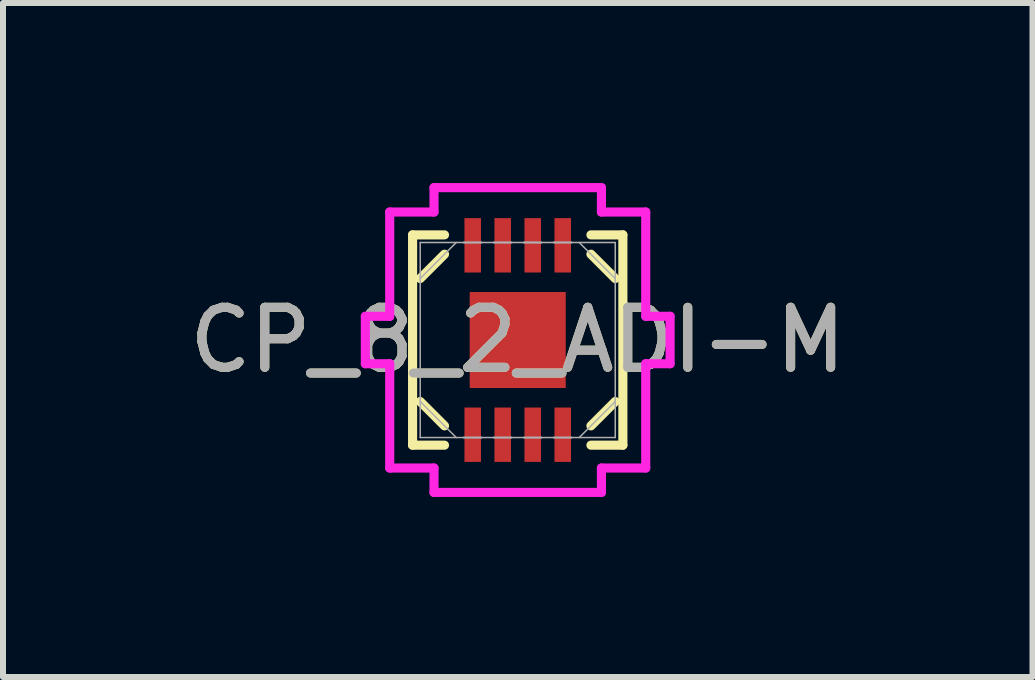
<source format=kicad_pcb>
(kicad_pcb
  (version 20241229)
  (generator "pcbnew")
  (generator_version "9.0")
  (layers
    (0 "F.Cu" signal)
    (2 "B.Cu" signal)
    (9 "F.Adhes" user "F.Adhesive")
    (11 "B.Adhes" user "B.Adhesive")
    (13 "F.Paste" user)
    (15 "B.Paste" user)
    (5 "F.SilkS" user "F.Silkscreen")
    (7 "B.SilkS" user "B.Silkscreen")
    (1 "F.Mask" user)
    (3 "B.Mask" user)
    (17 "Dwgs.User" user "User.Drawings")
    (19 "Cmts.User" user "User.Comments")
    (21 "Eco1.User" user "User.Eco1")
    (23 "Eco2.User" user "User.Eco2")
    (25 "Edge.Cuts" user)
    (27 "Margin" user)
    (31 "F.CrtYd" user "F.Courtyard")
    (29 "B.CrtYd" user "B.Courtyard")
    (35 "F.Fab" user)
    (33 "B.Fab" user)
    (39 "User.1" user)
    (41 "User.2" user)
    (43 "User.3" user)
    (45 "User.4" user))
  (footprint "CP_8_2_ADI-M"
    (layer "F.Cu")
    (at 5.577 2.616)
    (property "Reference" "CP_8_2_ADI-M" (at 0 0 0) (unlocked yes) (layer "F.SilkS") (effects (font (size 1 1) (thickness 0.15))))
    (attr smd)
    (fp_line (start -1.752 -1.752) (end -1.752 1.752) (stroke (width 0.152) (type solid)) (layer "F.SilkS"))
    (fp_line (start -1.752 1.752) (end -1.22 1.752) (stroke (width 0.152) (type solid)) (layer "F.SilkS"))
    (fp_line (start -1.625 -1.025) (end -1.22 -1.43) (stroke (width 0.152) (type solid)) (layer "F.SilkS"))
    (fp_line (start -1.22 -1.752) (end -1.752 -1.752) (stroke (width 0.152) (type solid)) (layer "F.SilkS"))
    (fp_line (start -1.22 1.43) (end -1.625 1.025) (stroke (width 0.152) (type solid)) (layer "F.SilkS"))
    (fp_line (start 1.22 -1.43) (end 1.625 -1.025) (stroke (width 0.152) (type solid)) (layer "F.SilkS"))
    (fp_line (start 1.22 1.43) (end 1.625 1.025) (stroke (width 0.152) (type solid)) (layer "F.SilkS"))
    (fp_line (start 1.22 1.752) (end 1.752 1.752) (stroke (width 0.152) (type solid)) (layer "F.SilkS"))
    (fp_line (start 1.752 -1.752) (end 1.22 -1.752) (stroke (width 0.152) (type solid)) (layer "F.SilkS"))
    (fp_line (start 1.752 1.752) (end 1.752 -1.752) (stroke (width 0.152) (type solid)) (layer "F.SilkS"))
    (fp_line (start -2.539 -0.395) (end -2.133 -0.395) (stroke (width 0.152) (type solid)) (layer "F.CrtYd"))
    (fp_line (start -2.539 0.395) (end -2.539 -0.395) (stroke (width 0.152) (type solid)) (layer "F.CrtYd"))
    (fp_line (start -2.133 -2.133) (end -1.395 -2.133) (stroke (width 0.152) (type solid)) (layer "F.CrtYd"))
    (fp_line (start -2.133 -0.395) (end -2.133 -2.133) (stroke (width 0.152) (type solid)) (layer "F.CrtYd"))
    (fp_line (start -2.133 0.395) (end -2.539 0.395) (stroke (width 0.152) (type solid)) (layer "F.CrtYd"))
    (fp_line (start -2.133 2.133) (end -2.133 0.395) (stroke (width 0.152) (type solid)) (layer "F.CrtYd"))
    (fp_line (start -1.395 -2.539) (end 1.395 -2.539) (stroke (width 0.152) (type solid)) (layer "F.CrtYd"))
    (fp_line (start -1.395 -2.133) (end -1.395 -2.539) (stroke (width 0.152) (type solid)) (layer "F.CrtYd"))
    (fp_line (start -1.395 2.133) (end -2.133 2.133) (stroke (width 0.152) (type solid)) (layer "F.CrtYd"))
    (fp_line (start -1.395 2.539) (end -1.395 2.133) (stroke (width 0.152) (type solid)) (layer "F.CrtYd"))
    (fp_line (start 1.395 -2.539) (end 1.395 -2.133) (stroke (width 0.152) (type solid)) (layer "F.CrtYd"))
    (fp_line (start 1.395 -2.133) (end 2.133 -2.133) (stroke (width 0.152) (type solid)) (layer "F.CrtYd"))
    (fp_line (start 1.395 2.133) (end 1.395 2.539) (stroke (width 0.152) (type solid)) (layer "F.CrtYd"))
    (fp_line (start 1.395 2.539) (end -1.395 2.539) (stroke (width 0.152) (type solid)) (layer "F.CrtYd"))
    (fp_line (start 2.133 -2.133) (end 2.133 -0.395) (stroke (width 0.152) (type solid)) (layer "F.CrtYd"))
    (fp_line (start 2.133 -0.395) (end 2.539 -0.395) (stroke (width 0.152) (type solid)) (layer "F.CrtYd"))
    (fp_line (start 2.133 0.395) (end 2.133 2.133) (stroke (width 0.152) (type solid)) (layer "F.CrtYd"))
    (fp_line (start 2.133 2.133) (end 1.395 2.133) (stroke (width 0.152) (type solid)) (layer "F.CrtYd"))
    (fp_line (start 2.539 -0.395) (end 2.539 0.395) (stroke (width 0.152) (type solid)) (layer "F.CrtYd"))
    (fp_line (start 2.539 0.395) (end 2.133 0.395) (stroke (width 0.152) (type solid)) (layer "F.CrtYd"))
    (fp_line (start -1.625 -1.625) (end -1.625 1.625) (stroke (width 0.025) (type solid)) (layer "F.Fab"))
    (fp_line (start -1.625 -1.025) (end -1.025 -1.625) (stroke (width 0.025) (type solid)) (layer "F.Fab"))
    (fp_line (start -1.625 1.625) (end 1.625 1.625) (stroke (width 0.025) (type solid)) (layer "F.Fab"))
    (fp_line (start -1.025 1.625) (end -1.625 1.025) (stroke (width 0.025) (type solid)) (layer "F.Fab"))
    (fp_line (start -0.9 -1.625) (end -0.9 -1.625) (stroke (width 0.025) (type solid)) (layer "F.Fab"))
    (fp_line (start -0.9 -1.625) (end -0.6 -1.625) (stroke (width 0.025) (type solid)) (layer "F.Fab"))
    (fp_line (start -0.9 1.625) (end -0.9 1.625) (stroke (width 0.025) (type solid)) (layer "F.Fab"))
    (fp_line (start -0.9 1.625) (end -0.6 1.625) (stroke (width 0.025) (type solid)) (layer "F.Fab"))
    (fp_line (start -0.6 -1.625) (end -0.9 -1.625) (stroke (width 0.025) (type solid)) (layer "F.Fab"))
    (fp_line (start -0.6 -1.625) (end -0.6 -1.625) (stroke (width 0.025) (type solid)) (layer "F.Fab"))
    (fp_line (start -0.6 1.625) (end -0.9 1.625) (stroke (width 0.025) (type solid)) (layer "F.Fab"))
    (fp_line (start -0.6 1.625) (end -0.6 1.625) (stroke (width 0.025) (type solid)) (layer "F.Fab"))
    (fp_line (start -0.4 -1.625) (end -0.4 -1.625) (stroke (width 0.025) (type solid)) (layer "F.Fab"))
    (fp_line (start -0.4 -1.625) (end -0.1 -1.625) (stroke (width 0.025) (type solid)) (layer "F.Fab"))
    (fp_line (start -0.4 1.625) (end -0.4 1.625) (stroke (width 0.025) (type solid)) (layer "F.Fab"))
    (fp_line (start -0.4 1.625) (end -0.1 1.625) (stroke (width 0.025) (type solid)) (layer "F.Fab"))
    (fp_line (start -0.1 -1.625) (end -0.4 -1.625) (stroke (width 0.025) (type solid)) (layer "F.Fab"))
    (fp_line (start -0.1 -1.625) (end -0.1 -1.625) (stroke (width 0.025) (type solid)) (layer "F.Fab"))
    (fp_line (start -0.1 1.625) (end -0.4 1.625) (stroke (width 0.025) (type solid)) (layer "F.Fab"))
    (fp_line (start -0.1 1.625) (end -0.1 1.625) (stroke (width 0.025) (type solid)) (layer "F.Fab"))
    (fp_line (start 0.1 -1.625) (end 0.1 -1.625) (stroke (width 0.025) (type solid)) (layer "F.Fab"))
    (fp_line (start 0.1 -1.625) (end 0.4 -1.625) (stroke (width 0.025) (type solid)) (layer "F.Fab"))
    (fp_line (start 0.1 1.625) (end 0.1 1.625) (stroke (width 0.025) (type solid)) (layer "F.Fab"))
    (fp_line (start 0.1 1.625) (end 0.4 1.625) (stroke (width 0.025) (type solid)) (layer "F.Fab"))
    (fp_line (start 0.4 -1.625) (end 0.1 -1.625) (stroke (width 0.025) (type solid)) (layer "F.Fab"))
    (fp_line (start 0.4 -1.625) (end 0.4 -1.625) (stroke (width 0.025) (type solid)) (layer "F.Fab"))
    (fp_line (start 0.4 1.625) (end 0.1 1.625) (stroke (width 0.025) (type solid)) (layer "F.Fab"))
    (fp_line (start 0.4 1.625) (end 0.4 1.625) (stroke (width 0.025) (type solid)) (layer "F.Fab"))
    (fp_line (start 0.6 -1.625) (end 0.6 -1.625) (stroke (width 0.025) (type solid)) (layer "F.Fab"))
    (fp_line (start 0.6 -1.625) (end 0.9 -1.625) (stroke (width 0.025) (type solid)) (layer "F.Fab"))
    (fp_line (start 0.6 1.625) (end 0.6 1.625) (stroke (width 0.025) (type solid)) (layer "F.Fab"))
    (fp_line (start 0.6 1.625) (end 0.9 1.625) (stroke (width 0.025) (type solid)) (layer "F.Fab"))
    (fp_line (start 0.9 -1.625) (end 0.6 -1.625) (stroke (width 0.025) (type solid)) (layer "F.Fab"))
    (fp_line (start 0.9 -1.625) (end 0.9 -1.625) (stroke (width 0.025) (type solid)) (layer "F.Fab"))
    (fp_line (start 0.9 1.625) (end 0.6 1.625) (stroke (width 0.025) (type solid)) (layer "F.Fab"))
    (fp_line (start 0.9 1.625) (end 0.9 1.625) (stroke (width 0.025) (type solid)) (layer "F.Fab"))
    (fp_line (start 1.025 -1.625) (end 1.625 -1.025) (stroke (width 0.025) (type solid)) (layer "F.Fab"))
    (fp_line (start 1.025 1.625) (end 1.625 1.025) (stroke (width 0.025) (type solid)) (layer "F.Fab"))
    (fp_line (start 1.625 -1.625) (end -1.625 -1.625) (stroke (width 0.025) (type solid)) (layer "F.Fab"))
    (fp_line (start 1.625 1.625) (end 1.625 -1.625) (stroke (width 0.025) (type solid)) (layer "F.Fab"))
    (fp_text user "${REFERENCE}" (at 0 0 0) (unlocked yes) (layer "F.Fab") (effects (font (size 1 1) (thickness 0.15))))
    (pad "1" smd rect (at 0.75 -1.578) (size 0.275 0.906) (layers "F.Cu" "F.Mask" "F.Paste"))
    (pad "2" smd rect (at 0.25 -1.578) (size 0.275 0.906) (layers "F.Cu" "F.Mask" "F.Paste"))
    (pad "3" smd rect (at -0.25 -1.578) (size 0.275 0.906) (layers "F.Cu" "F.Mask" "F.Paste"))
    (pad "4" smd rect (at -0.75 -1.578) (size 0.275 0.906) (layers "F.Cu" "F.Mask" "F.Paste"))
    (pad "5" smd rect (at -0.75 1.578) (size 0.275 0.906) (layers "F.Cu" "F.Mask" "F.Paste"))
    (pad "6" smd rect (at -0.25 1.578) (size 0.275 0.906) (layers "F.Cu" "F.Mask" "F.Paste"))
    (pad "7" smd rect (at 0.25 1.578) (size 0.275 0.906) (layers "F.Cu" "F.Mask" "F.Paste"))
    (pad "8" smd rect (at 0.75 1.578) (size 0.275 0.906) (layers "F.Cu" "F.Mask" "F.Paste"))
    (pad "HTAB" smd rect (at 0 0) (size 1.6 1.6) (layers "F.Cu" "F.Mask" "F.Paste")))
  (gr_rect
    (start -3 -3)
    (end 14.155 8.231)
    (stroke (width 0.1) (type default))
    (fill no)
    (layer "Edge.Cuts")))
</source>
